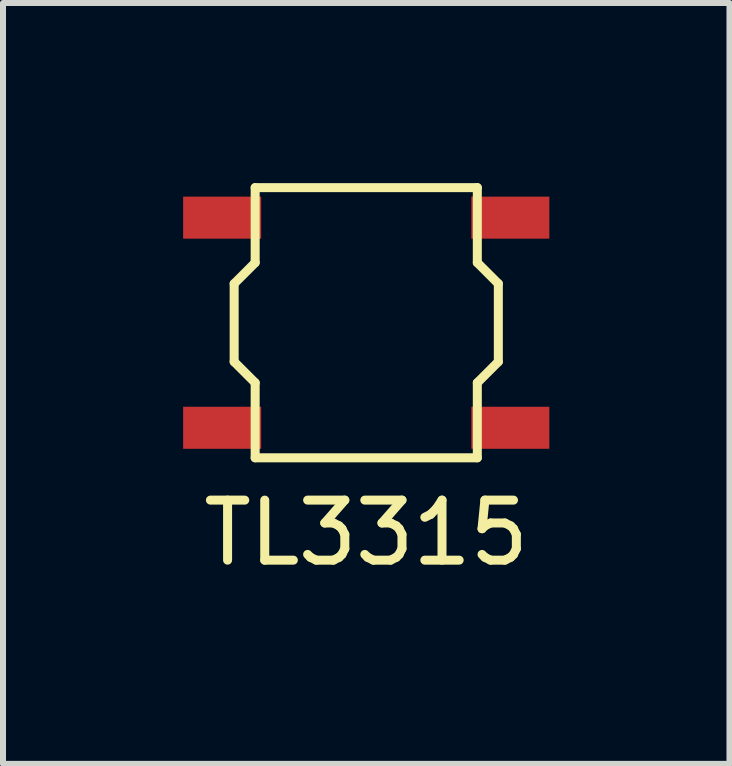
<source format=kicad_pcb>
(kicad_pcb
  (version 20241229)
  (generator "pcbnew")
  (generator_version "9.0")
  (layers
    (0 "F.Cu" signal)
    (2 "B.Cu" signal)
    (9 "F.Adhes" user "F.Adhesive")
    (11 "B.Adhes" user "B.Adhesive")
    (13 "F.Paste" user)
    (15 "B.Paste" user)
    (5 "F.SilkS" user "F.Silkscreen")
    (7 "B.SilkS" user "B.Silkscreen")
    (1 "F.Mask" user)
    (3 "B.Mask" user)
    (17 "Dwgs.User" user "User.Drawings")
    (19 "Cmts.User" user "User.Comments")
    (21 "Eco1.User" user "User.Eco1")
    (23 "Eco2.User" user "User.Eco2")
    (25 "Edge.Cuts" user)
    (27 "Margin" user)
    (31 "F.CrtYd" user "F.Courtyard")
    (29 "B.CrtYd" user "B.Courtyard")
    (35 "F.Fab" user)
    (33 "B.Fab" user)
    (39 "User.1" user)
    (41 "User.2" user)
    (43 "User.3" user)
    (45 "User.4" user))
  (footprint "TL3315"
    (layer "F.Cu")
    (at 3.05 2.325)
    (property "Reference" "TL3315" (at 0 3.5 0) (layer "F.SilkS") (effects (font (size 1 1) (thickness 0.15))))
    (attr through_hole)
    (fp_line (start -2.2 -0.65) (end -1.85 -1) (stroke (width 0.15) (type solid)) (layer "F.SilkS"))
    (fp_line (start -2.2 0.65) (end -2.2 -0.65) (stroke (width 0.15) (type solid)) (layer "F.SilkS"))
    (fp_line (start -1.85 -2.25) (end 1.85 -2.25) (stroke (width 0.15) (type solid)) (layer "F.SilkS"))
    (fp_line (start -1.85 -1) (end -1.85 -2.25) (stroke (width 0.15) (type solid)) (layer "F.SilkS"))
    (fp_line (start -1.85 1) (end -2.2 0.65) (stroke (width 0.15) (type solid)) (layer "F.SilkS"))
    (fp_line (start -1.85 2.25) (end -1.85 1) (stroke (width 0.15) (type solid)) (layer "F.SilkS"))
    (fp_line (start 1.85 -2.25) (end 1.85 -1) (stroke (width 0.15) (type solid)) (layer "F.SilkS"))
    (fp_line (start 1.85 -1) (end 2.2 -0.65) (stroke (width 0.15) (type solid)) (layer "F.SilkS"))
    (fp_line (start 1.85 1) (end 1.85 2.25) (stroke (width 0.15) (type solid)) (layer "F.SilkS"))
    (fp_line (start 1.85 2.25) (end -1.85 2.25) (stroke (width 0.15) (type solid)) (layer "F.SilkS"))
    (fp_line (start 2.2 -0.65) (end 2.2 0.65) (stroke (width 0.15) (type solid)) (layer "F.SilkS"))
    (fp_line (start 2.2 0.65) (end 1.85 1) (stroke (width 0.15) (type solid)) (layer "F.SilkS"))
    (pad "1" smd rect (at -2.25 -1.75) (size 1.3 0.7) (drill (offset -0.15 0)) (layers "F.Cu" "F.Mask" "F.Paste"))
    (pad "1" smd rect (at 2.25 -1.75) (size 1.3 0.7) (drill (offset 0.15 0)) (layers "F.Cu" "F.Mask" "F.Paste"))
    (pad "2" smd rect (at -2.25 1.75) (size 1.3 0.7) (drill (offset -0.15 0)) (layers "F.Cu" "F.Mask" "F.Paste"))
    (pad "2" smd rect (at 2.25 1.75) (size 1.3 0.7) (drill (offset 0.15 0)) (layers "F.Cu" "F.Mask" "F.Paste")))
  (gr_rect
    (start -3 -3)
    (end 9.1 9.673)
    (stroke (width 0.1) (type default))
    (fill no)
    (layer "Edge.Cuts")))
</source>
